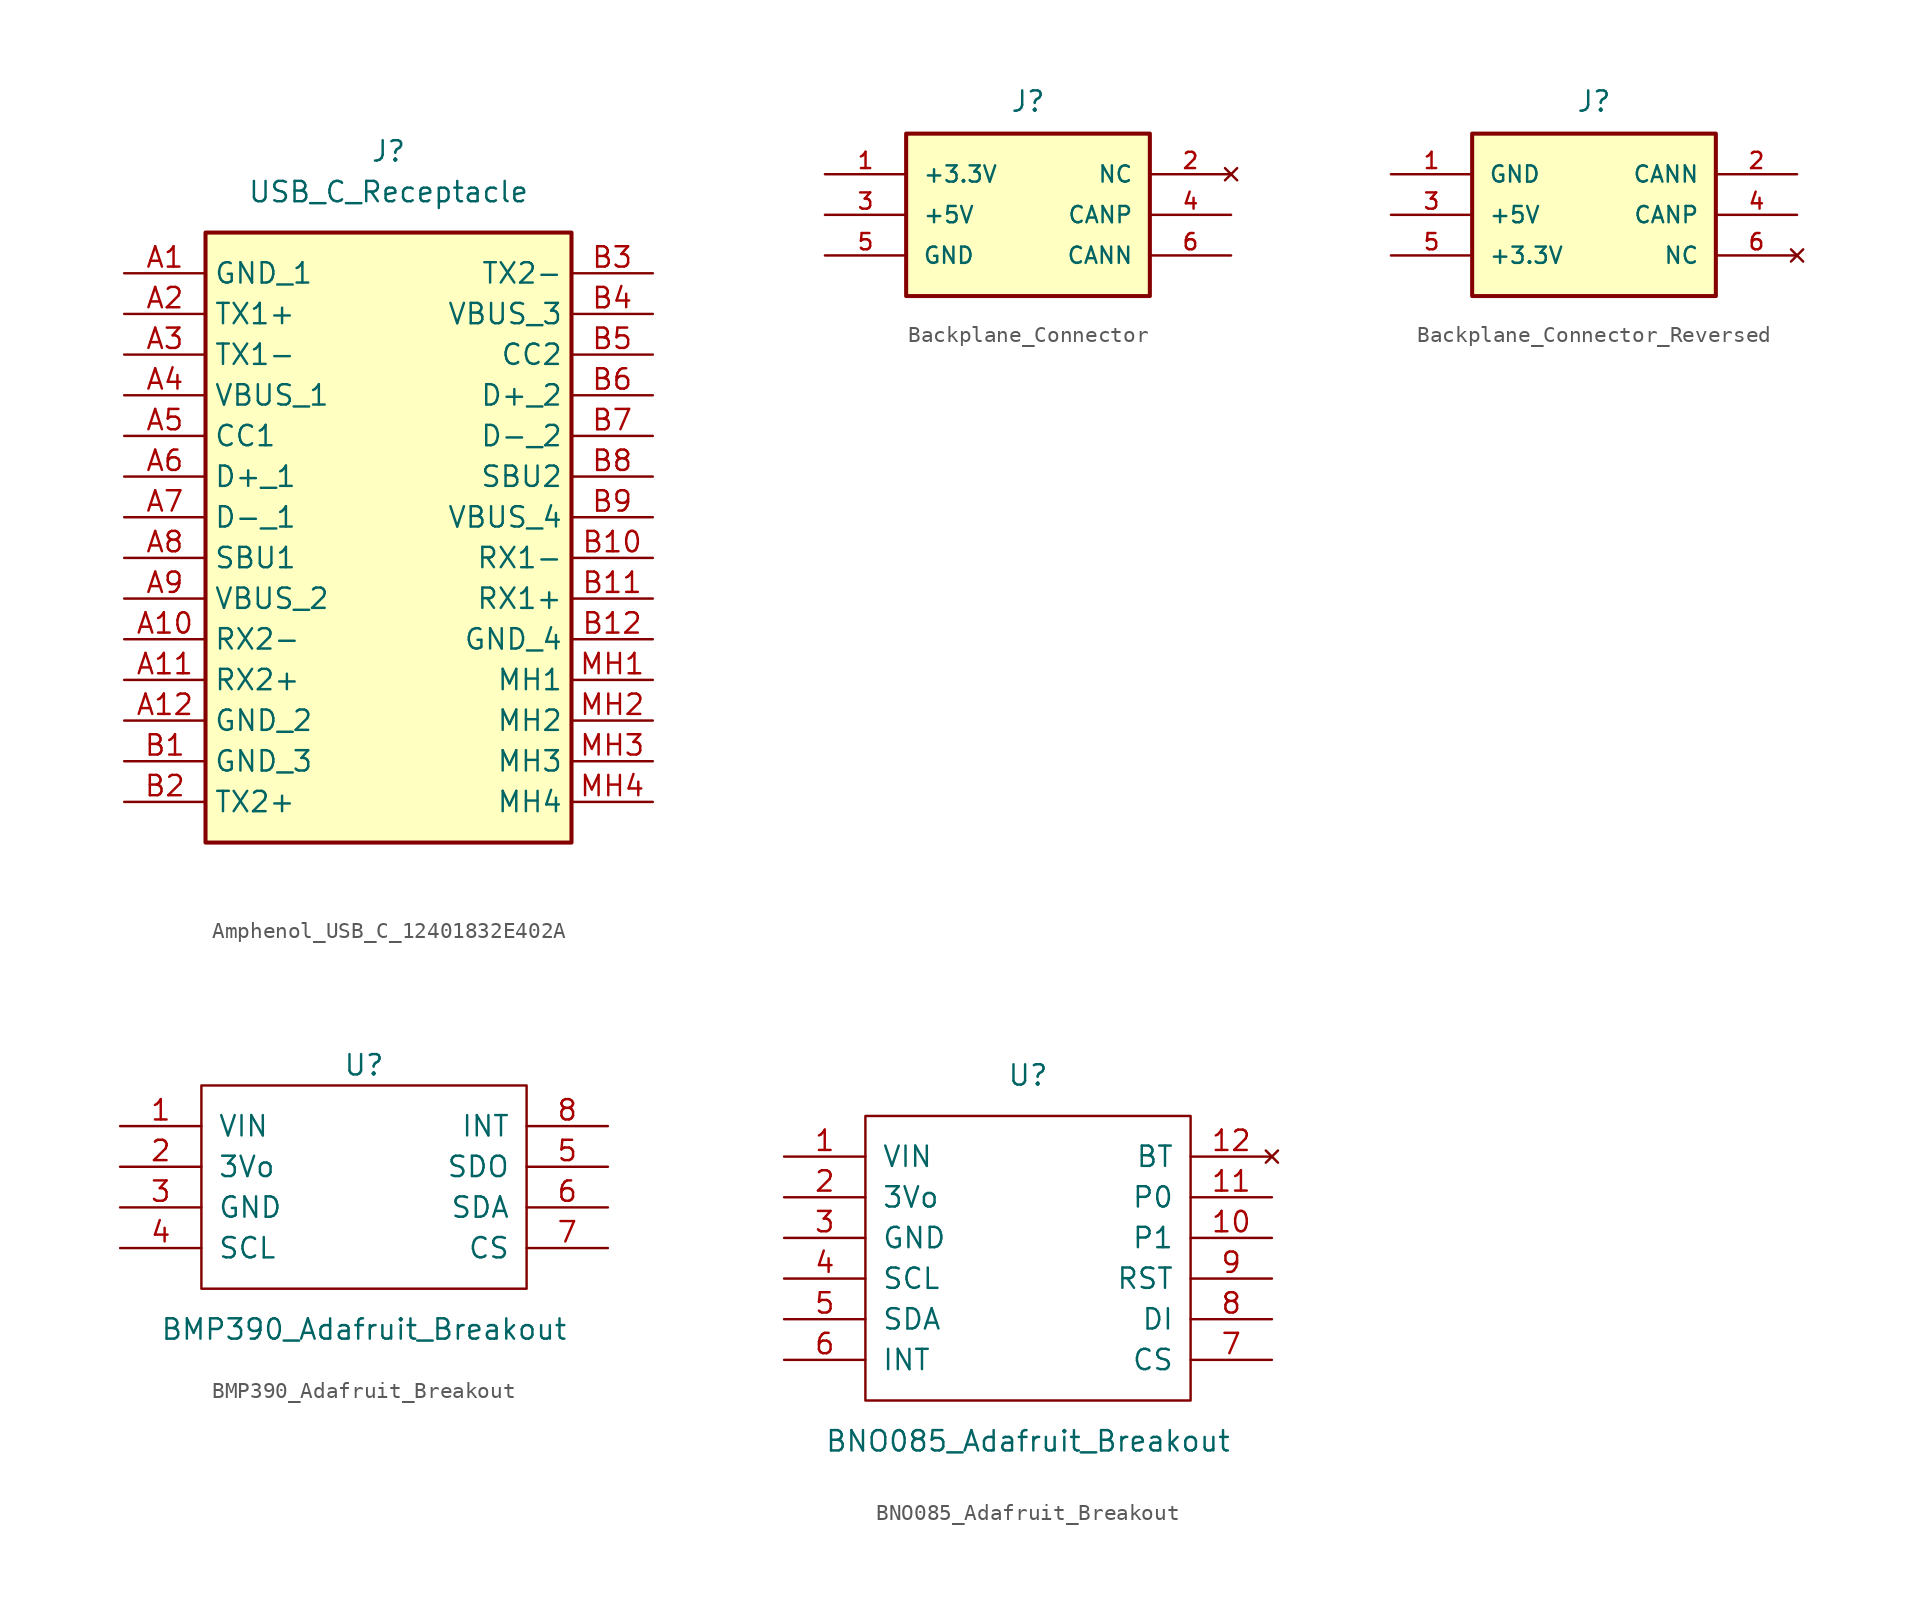
<source format=kicad_sym>
(kicad_symbol_lib
  (version 20220914)
  (generator kicad_symbol_editor)
  (symbol "Amphenol_USB_C_12401832E402A"
    (property "Reference" "J"
      (at 0 24.13 0)
      (effects (font (size 1.27 1.27))))
    (property "Value" "USB_C_Receptacle"
      (at 0 21.59 0)
      (effects (font (size 1.27 1.27))))
    (symbol "Amphenol_USB_C_12401832E402A_1_1"
      (rectangle (start -11.43 19.05) (end 11.43 -19.05) (stroke (width 0.254) (type default)) (fill (type background)))
      (pin passive line (at -16.51 16.51 0) (length 5.08) (name "GND_1" (effects (font (size 1.27 1.27)))) (number "A1" (effects (font (size 1.27 1.27)))))
      (pin passive line (at -16.51 -6.35 0) (length 5.08) (name "RX2-" (effects (font (size 1.27 1.27)))) (number "A10" (effects (font (size 1.27 1.27)))))
      (pin passive line (at -16.51 -8.89 0) (length 5.08) (name "RX2+" (effects (font (size 1.27 1.27)))) (number "A11" (effects (font (size 1.27 1.27)))))
      (pin passive line (at -16.51 -11.43 0) (length 5.08) (name "GND_2" (effects (font (size 1.27 1.27)))) (number "A12" (effects (font (size 1.27 1.27)))))
      (pin passive line (at -16.51 13.97 0) (length 5.08) (name "TX1+" (effects (font (size 1.27 1.27)))) (number "A2" (effects (font (size 1.27 1.27)))))
      (pin passive line (at -16.51 11.43 0) (length 5.08) (name "TX1-" (effects (font (size 1.27 1.27)))) (number "A3" (effects (font (size 1.27 1.27)))))
      (pin passive line (at -16.51 8.89 0) (length 5.08) (name "VBUS_1" (effects (font (size 1.27 1.27)))) (number "A4" (effects (font (size 1.27 1.27)))))
      (pin passive line (at -16.51 6.35 0) (length 5.08) (name "CC1" (effects (font (size 1.27 1.27)))) (number "A5" (effects (font (size 1.27 1.27)))))
      (pin passive line (at -16.51 3.81 0) (length 5.08) (name "D+_1" (effects (font (size 1.27 1.27)))) (number "A6" (effects (font (size 1.27 1.27)))))
      (pin passive line (at -16.51 1.27 0) (length 5.08) (name "D-_1" (effects (font (size 1.27 1.27)))) (number "A7" (effects (font (size 1.27 1.27)))))
      (pin passive line (at -16.51 -1.27 0) (length 5.08) (name "SBU1" (effects (font (size 1.27 1.27)))) (number "A8" (effects (font (size 1.27 1.27)))))
      (pin passive line (at -16.51 -3.81 0) (length 5.08) (name "VBUS_2" (effects (font (size 1.27 1.27)))) (number "A9" (effects (font (size 1.27 1.27)))))
      (pin passive line (at -16.51 -13.97 0) (length 5.08) (name "GND_3" (effects (font (size 1.27 1.27)))) (number "B1" (effects (font (size 1.27 1.27)))))
      (pin passive line (at 16.51 -1.27 180) (length 5.08) (name "RX1-" (effects (font (size 1.27 1.27)))) (number "B10" (effects (font (size 1.27 1.27)))))
      (pin passive line (at 16.51 -3.81 180) (length 5.08) (name "RX1+" (effects (font (size 1.27 1.27)))) (number "B11" (effects (font (size 1.27 1.27)))))
      (pin passive line (at 16.51 -6.35 180) (length 5.08) (name "GND_4" (effects (font (size 1.27 1.27)))) (number "B12" (effects (font (size 1.27 1.27)))))
      (pin passive line (at -16.51 -16.51 0) (length 5.08) (name "TX2+" (effects (font (size 1.27 1.27)))) (number "B2" (effects (font (size 1.27 1.27)))))
      (pin passive line (at 16.51 16.51 180) (length 5.08) (name "TX2-" (effects (font (size 1.27 1.27)))) (number "B3" (effects (font (size 1.27 1.27)))))
      (pin passive line (at 16.51 13.97 180) (length 5.08) (name "VBUS_3" (effects (font (size 1.27 1.27)))) (number "B4" (effects (font (size 1.27 1.27)))))
      (pin passive line (at 16.51 11.43 180) (length 5.08) (name "CC2" (effects (font (size 1.27 1.27)))) (number "B5" (effects (font (size 1.27 1.27)))))
      (pin passive line (at 16.51 8.89 180) (length 5.08) (name "D+_2" (effects (font (size 1.27 1.27)))) (number "B6" (effects (font (size 1.27 1.27)))))
      (pin passive line (at 16.51 6.35 180) (length 5.08) (name "D-_2" (effects (font (size 1.27 1.27)))) (number "B7" (effects (font (size 1.27 1.27)))))
      (pin passive line (at 16.51 3.81 180) (length 5.08) (name "SBU2" (effects (font (size 1.27 1.27)))) (number "B8" (effects (font (size 1.27 1.27)))))
      (pin passive line (at 16.51 1.27 180) (length 5.08) (name "VBUS_4" (effects (font (size 1.27 1.27)))) (number "B9" (effects (font (size 1.27 1.27)))))
      (pin passive line (at 16.51 -8.89 180) (length 5.08) (name "MH1" (effects (font (size 1.27 1.27)))) (number "MH1" (effects (font (size 1.27 1.27)))))
      (pin passive line (at 16.51 -11.43 180) (length 5.08) (name "MH2" (effects (font (size 1.27 1.27)))) (number "MH2" (effects (font (size 1.27 1.27)))))
      (pin passive line (at 16.51 -13.97 180) (length 5.08) (name "MH3" (effects (font (size 1.27 1.27)))) (number "MH3" (effects (font (size 1.27 1.27)))))
      (pin passive line (at 16.51 -16.51 180) (length 5.08) (name "MH4" (effects (font (size 1.27 1.27)))) (number "MH4" (effects (font (size 1.27 1.27)))))))
  (symbol "Backplane_Connector"
    (pin_names
      (offset 1.016))
    (property "Reference" "J"
      (at 0 6.35 0)
      (effects (font (size 1.27 1.27)) (justify bottom)))
    (symbol "Backplane_Connector_0_0"
      (rectangle (start -7.62 -5.08) (end 7.62 5.08) (stroke (width 0.254) (type solid)) (fill (type background))))
    (symbol "Backplane_Connector_1_0"
      (pin power_in line (at -12.7 2.54 0) (length 5.08) (name "+3.3V" (effects (font (size 1.016 1.016)))) (number "1" (effects (font (size 1.016 1.016)))))
      (pin no_connect line (at 12.7 2.54 180) (length 5.08) (name "NC" (effects (font (size 1.016 1.016)))) (number "2" (effects (font (size 1.016 1.016)))))
      (pin power_in line (at -12.7 0 0) (length 5.08) (name "+5V" (effects (font (size 1.016 1.016)))) (number "3" (effects (font (size 1.016 1.016)))))
      (pin bidirectional line (at 12.7 0 180) (length 5.08) (name "CANP" (effects (font (size 1.016 1.016)))) (number "4" (effects (font (size 1.016 1.016)))))
      (pin power_in line (at -12.7 -2.54 0) (length 5.08) (name "GND" (effects (font (size 1.016 1.016)))) (number "5" (effects (font (size 1.016 1.016)))))
      (pin bidirectional line (at 12.7 -2.54 180) (length 5.08) (name "CANN" (effects (font (size 1.016 1.016)))) (number "6" (effects (font (size 1.016 1.016)))))))
  (symbol "Backplane_Connector_Reversed"
    (pin_names
      (offset 1.016))
    (property "Reference" "J"
      (at 0 6.35 0)
      (effects (font (size 1.27 1.27)) (justify bottom)))
    (symbol "Backplane_Connector_Reversed_0_0"
      (rectangle (start -7.62 -5.08) (end 7.62 5.08) (stroke (width 0.254) (type solid)) (fill (type background))))
    (symbol "Backplane_Connector_Reversed_1_0"
      (pin power_in line (at -12.7 2.54 0) (length 5.08) (name "GND" (effects (font (size 1.016 1.016)))) (number "1" (effects (font (size 1.016 1.016)))))
      (pin bidirectional line (at 12.7 2.54 180) (length 5.08) (name "CANN" (effects (font (size 1.016 1.016)))) (number "2" (effects (font (size 1.016 1.016)))))
      (pin power_in line (at -12.7 0 0) (length 5.08) (name "+5V" (effects (font (size 1.016 1.016)))) (number "3" (effects (font (size 1.016 1.016)))))
      (pin bidirectional line (at 12.7 0 180) (length 5.08) (name "CANP" (effects (font (size 1.016 1.016)))) (number "4" (effects (font (size 1.016 1.016)))))
      (pin power_in line (at -12.7 -2.54 0) (length 5.08) (name "+3.3V" (effects (font (size 1.016 1.016)))) (number "5" (effects (font (size 1.016 1.016)))))
      (pin no_connect line (at 12.7 -2.54 180) (length 5.08) (name "NC" (effects (font (size 1.016 1.016)))) (number "6" (effects (font (size 1.016 1.016)))))))
  (symbol "BMP390_Adafruit_Breakout"
    (pin_names
      (offset 1.016))
    (property "Reference" "U"
      (at 0 36.83 0)
      (effects (font (size 1.27 1.27))))
    (property "Value" "BMP390_Adafruit_Breakout"
      (at 0 20.32 0)
      (effects (font (size 1.27 1.27))))
    (symbol "BMP390_Adafruit_Breakout_0_1"
      (rectangle (start -10.16 35.56) (end 10.16 22.86) (stroke (width 0) (type solid)) (fill (type none))))
    (symbol "BMP390_Adafruit_Breakout_1_0"
      (pin output line (at 15.24 30.48 180) (length 5.08) (name "SDO" (effects (font (size 1.27 1.27)))) (number "5" (effects (font (size 1.27 1.27)))))
      (pin input line (at 15.24 27.94 180) (length 5.08) (name "SDA" (effects (font (size 1.27 1.27)))) (number "6" (effects (font (size 1.27 1.27)))))
      (pin input line (at 15.24 25.4 180) (length 5.08) (name "CS" (effects (font (size 1.27 1.27)))) (number "7" (effects (font (size 1.27 1.27)))))
      (pin output line (at 15.24 33.02 180) (length 5.08) (name "INT" (effects (font (size 1.27 1.27)))) (number "8" (effects (font (size 1.27 1.27))))))
    (symbol "BMP390_Adafruit_Breakout_1_1"
      (pin power_in line (at -15.24 33.02 0) (length 5.08) (name "VIN" (effects (font (size 1.27 1.27)))) (number "1" (effects (font (size 1.27 1.27)))))
      (pin power_out line (at -15.24 30.48 0) (length 5.08) (name "3Vo" (effects (font (size 1.27 1.27)))) (number "2" (effects (font (size 1.27 1.27)))))
      (pin power_in line (at -15.24 27.94 0) (length 5.08) (name "GND" (effects (font (size 1.27 1.27)))) (number "3" (effects (font (size 1.27 1.27)))))
      (pin input line (at -15.24 25.4 0) (length 5.08) (name "SCL" (effects (font (size 1.27 1.27)))) (number "4" (effects (font (size 1.27 1.27)))))))
  (symbol "BNO085_Adafruit_Breakout"
    (pin_names
      (offset 1.016))
    (property "Reference" "U"
      (at 0 39.37 0)
      (effects (font (size 1.27 1.27))))
    (property "Value" "BNO085_Adafruit_Breakout"
      (at 0 16.51 0)
      (effects (font (size 1.27 1.27))))
    (symbol "BNO085_Adafruit_Breakout_0_1"
      (rectangle (start -10.16 36.83) (end 10.16 19.05) (stroke (width 0) (type solid)) (fill (type none))))
    (symbol "BNO085_Adafruit_Breakout_1_0"
      (pin input line (at 15.24 29.21 180) (length 5.08) (name "P1" (effects (font (size 1.27 1.27)))) (number "10" (effects (font (size 1.27 1.27)))))
      (pin input line (at 15.24 31.75 180) (length 5.08) (name "P0" (effects (font (size 1.27 1.27)))) (number "11" (effects (font (size 1.27 1.27)))))
      (pin no_connect line (at 15.24 34.29 180) (length 5.08) (name "BT" (effects (font (size 1.27 1.27)))) (number "12" (effects (font (size 1.27 1.27)))))
      (pin output line (at -15.24 24.13 0) (length 5.08) (name "SDA" (effects (font (size 1.27 1.27)))) (number "5" (effects (font (size 1.27 1.27)))) (alternate "MISO" output line) (alternate "UART_TX" output line))
      (pin open_collector line (at -15.24 21.59 0) (length 5.08) (name "INT" (effects (font (size 1.27 1.27)))) (number "6" (effects (font (size 1.27 1.27)))))
      (pin input line (at 15.24 21.59 180) (length 5.08) (name "CS" (effects (font (size 1.27 1.27)))) (number "7" (effects (font (size 1.27 1.27)))))
      (pin input line (at 15.24 24.13 180) (length 5.08) (name "DI" (effects (font (size 1.27 1.27)))) (number "8" (effects (font (size 1.27 1.27)))) (alternate "I2C_ADDR" input line) (alternate "MOSI" input line))
      (pin input line (at 15.24 26.67 180) (length 5.08) (name "RST" (effects (font (size 1.27 1.27)))) (number "9" (effects (font (size 1.27 1.27))))))
    (symbol "BNO085_Adafruit_Breakout_1_1"
      (pin power_in line (at -15.24 34.29 0) (length 5.08) (name "VIN" (effects (font (size 1.27 1.27)))) (number "1" (effects (font (size 1.27 1.27)))))
      (pin power_out line (at -15.24 31.75 0) (length 5.08) (name "3Vo" (effects (font (size 1.27 1.27)))) (number "2" (effects (font (size 1.27 1.27)))))
      (pin power_in line (at -15.24 29.21 0) (length 5.08) (name "GND" (effects (font (size 1.27 1.27)))) (number "3" (effects (font (size 1.27 1.27)))))
      (pin input line (at -15.24 26.67 0) (length 5.08) (name "SCL" (effects (font (size 1.27 1.27)))) (number "4" (effects (font (size 1.27 1.27)))) (alternate "SCK" input line) (alternate "UART_RX" input line)))))
</source>
